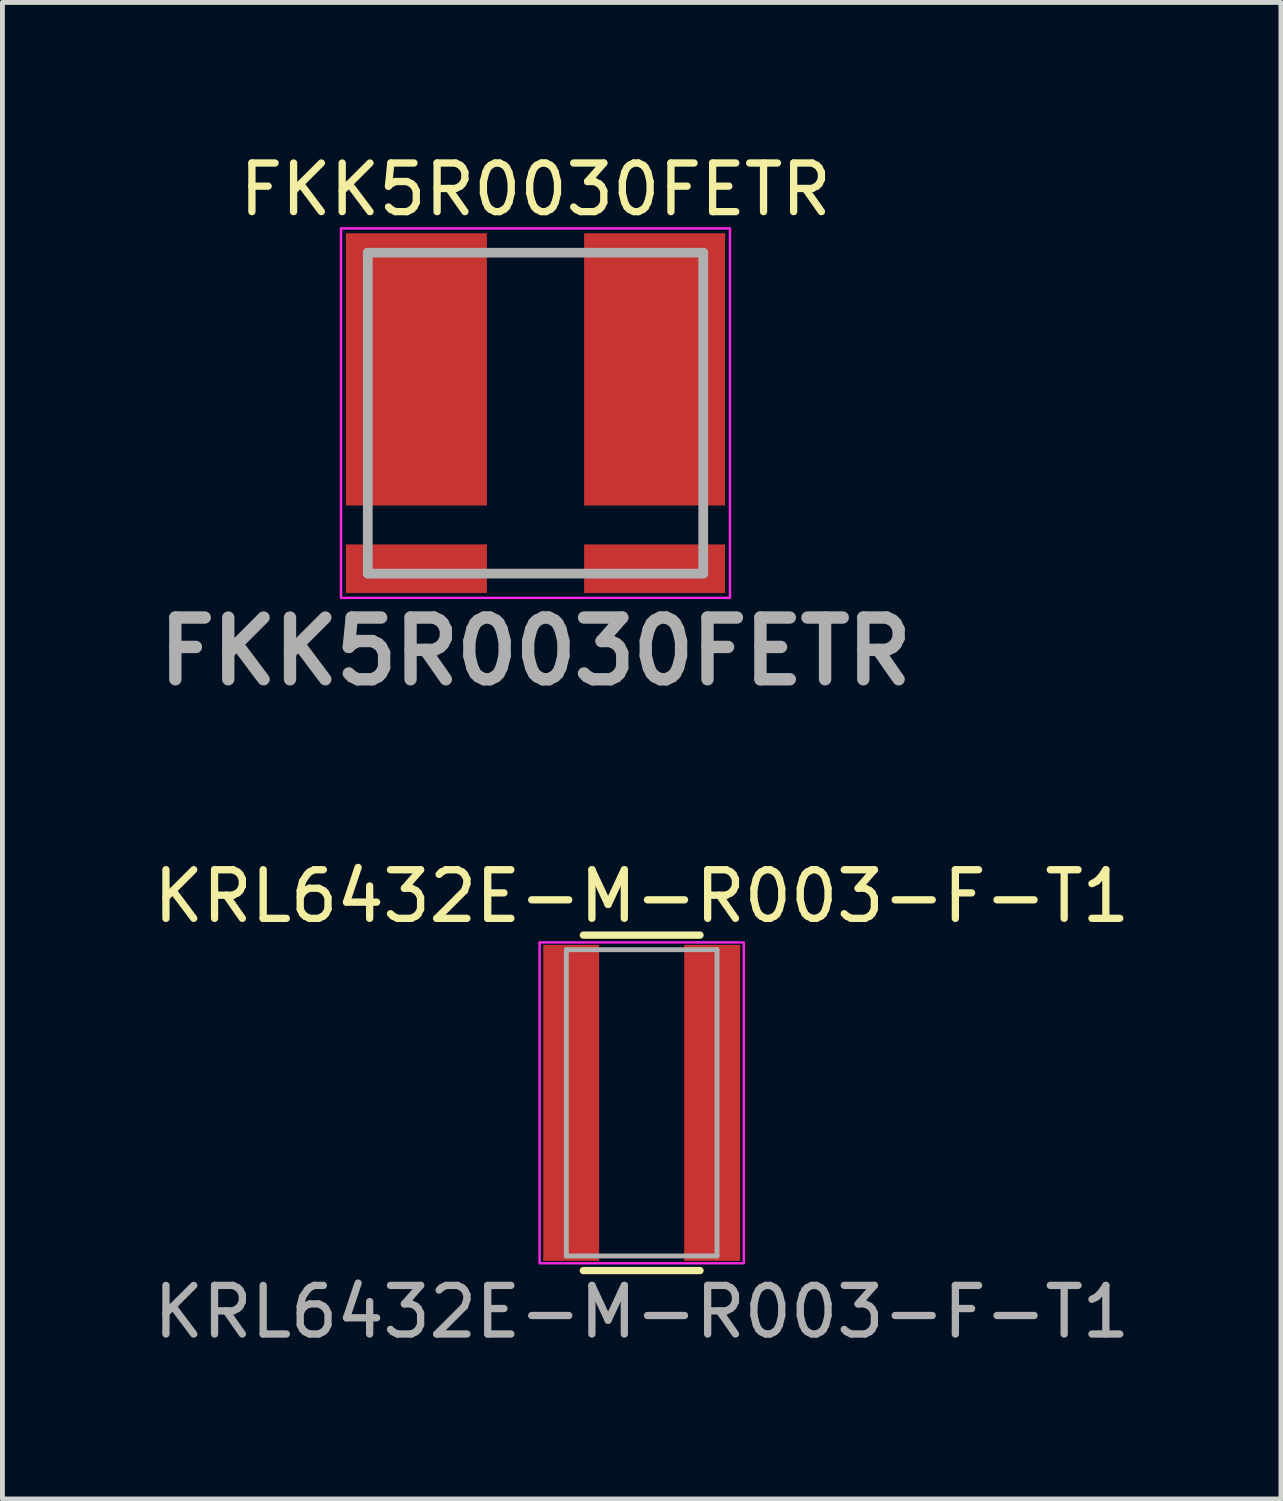
<source format=kicad_pcb>
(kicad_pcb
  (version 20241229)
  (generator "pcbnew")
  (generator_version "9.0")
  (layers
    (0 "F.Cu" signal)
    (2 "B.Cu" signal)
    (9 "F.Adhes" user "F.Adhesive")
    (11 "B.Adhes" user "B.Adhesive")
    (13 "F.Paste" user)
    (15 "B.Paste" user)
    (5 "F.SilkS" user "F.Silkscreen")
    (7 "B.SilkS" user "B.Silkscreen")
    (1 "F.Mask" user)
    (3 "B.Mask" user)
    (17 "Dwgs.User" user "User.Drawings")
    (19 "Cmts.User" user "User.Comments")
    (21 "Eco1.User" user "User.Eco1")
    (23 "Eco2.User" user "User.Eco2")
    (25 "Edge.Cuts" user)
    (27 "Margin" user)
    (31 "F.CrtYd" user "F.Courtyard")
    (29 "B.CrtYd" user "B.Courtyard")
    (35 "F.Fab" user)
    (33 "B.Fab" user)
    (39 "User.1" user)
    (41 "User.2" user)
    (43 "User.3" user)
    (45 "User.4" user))
  (footprint "FKK5R0030FETR"
    (layer "F.Cu")
    (at 7.965 4.548)
    (property "Reference" "FKK5R0030FETR" (at 0 -3.7 0) (layer "F.SilkS") (effects (font (size 1 1) (thickness 0.15))))
    (attr smd)
    (fp_line (start -0.5 -2.4) (end 0.5 -2.4) (stroke (width 0.1) (type solid)) (layer "F.SilkS"))
    (fp_line (start -0.5 4.2) (end 0.5 4.2) (stroke (width 0.1) (type solid)) (layer "F.SilkS"))
    (fp_rect (start -4 -2.9) (end 4 4.7) (stroke (width 0.05) (type default)) (fill no) (layer "F.CrtYd"))
    (fp_line (start -3.45 -2.4) (end -3.45 4.2) (stroke (width 0.2) (type solid)) (layer "F.Fab"))
    (fp_line (start -3.45 4.2) (end 3.45 4.2) (stroke (width 0.2) (type solid)) (layer "F.Fab"))
    (fp_line (start 3.45 -2.4) (end -3.45 -2.4) (stroke (width 0.2) (type solid)) (layer "F.Fab"))
    (fp_line (start 3.45 4.2) (end 3.45 -2.4) (stroke (width 0.2) (type solid)) (layer "F.Fab"))
    (fp_text user "${REFERENCE}" (at 0 5.8 0) (layer "F.Fab") (effects (font (size 1.27 1.27) (thickness 0.254))))
    (pad "1" smd rect (at -2.45 0) (size 2.9 5.6) (layers "F.Cu" "F.Mask" "F.Paste"))
    (pad "2" smd rect (at 2.45 0) (size 2.9 5.6) (layers "F.Cu" "F.Mask" "F.Paste"))
    (pad "3" smd rect (at -2.45 4.1 90) (size 1 2.9) (layers "F.Cu" "F.Mask" "F.Paste"))
    (pad "4" smd rect (at 2.45 4.1 90) (size 1 2.9) (layers "F.Cu" "F.Mask" "F.Paste")))
  (footprint "KRL6432E-M-R003-F-T1"
    (layer "F.Cu")
    (at 10.149 19.635)
    (property "Reference" "KRL6432E-M-R003-F-T1" (at 0 -4.25 0) (layer "F.SilkS") (effects (font (size 1 1) (thickness 0.15))))
    (attr smd)
    (fp_line (start -1.2 -3.45) (end 1.2 -3.45) (stroke (width 0.15) (type solid)) (layer "F.SilkS"))
    (fp_line (start -1.2 3.45) (end 1.2 3.45) (stroke (width 0.15) (type solid)) (layer "F.SilkS"))
    (fp_rect (start -2.1 -3.3) (end 2.1 3.3) (stroke (width 0.05) (type default)) (fill no) (layer "F.CrtYd"))
    (fp_line (start -1.55 -3.15) (end 1.55 -3.15) (stroke (width 0.1) (type solid)) (layer "F.Fab"))
    (fp_line (start -1.55 3.15) (end -1.55 -3.15) (stroke (width 0.1) (type solid)) (layer "F.Fab"))
    (fp_line (start 1.55 -3.15) (end 1.55 3.15) (stroke (width 0.1) (type solid)) (layer "F.Fab"))
    (fp_line (start 1.55 3.15) (end -1.55 3.15) (stroke (width 0.1) (type solid)) (layer "F.Fab"))
    (fp_text user "${REFERENCE}" (at 0 4.3 0) (layer "F.Fab") (effects (font (size 1 1) (thickness 0.15))))
    (pad "1" smd rect (at -1.45 0) (size 1.15 6.5) (layers "F.Cu" "F.Mask" "F.Paste"))
    (pad "2" smd rect (at 1.45 0) (size 1.15 6.5) (layers "F.Cu" "F.Mask" "F.Paste")))
  (gr_rect
    (start -3 -3)
    (end 23.298 27.783)
    (stroke (width 0.1) (type default))
    (fill no)
    (layer "Edge.Cuts")))
</source>
